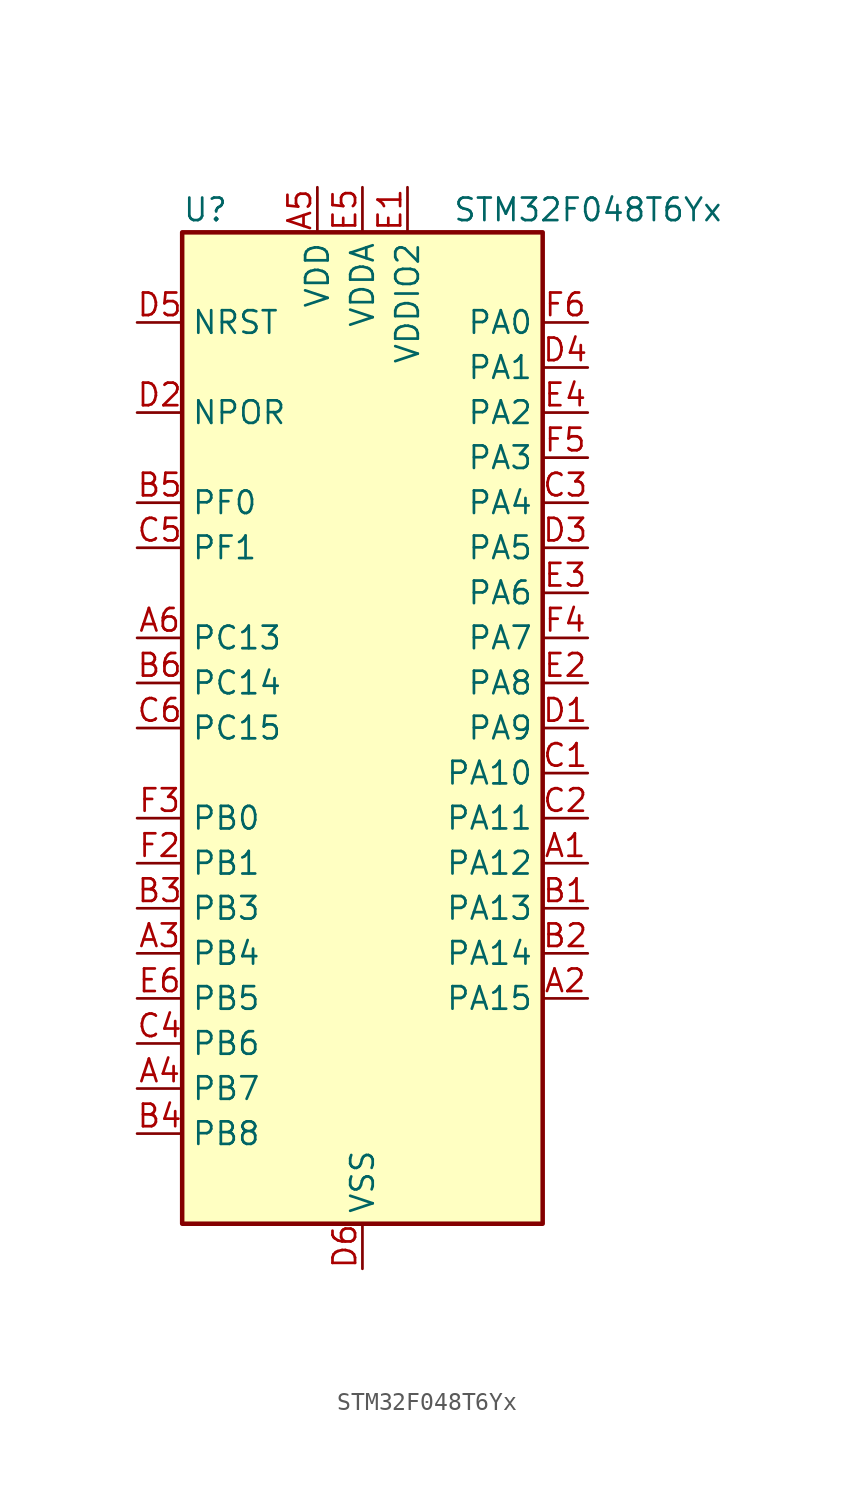
<source format=kicad_sym>
(kicad_symbol_lib
  (version 20241209)
  (generator "kicad_symbol_editor")
  (generator_version "9.0")
  (symbol "STM32F048T6Yx"
    (property "Reference" "U"
      (at -10.16 29.21 0)
      (effects (font (size 1.27 1.27)) (justify left)))
    (property "Value" "STM32F048T6Yx"
      (at 5.08 29.21 0)
      (effects (font (size 1.27 1.27)) (justify left)))
    (symbol "STM32F048T6Yx_0_1"
      (rectangle (start -10.16 -27.94) (end 10.16 27.94) (stroke (width 0.254) (type default)) (fill (type background))))
    (symbol "STM32F048T6Yx_1_1"
      (pin input line (at -12.7 22.86 0) (length 2.54) (name "NRST" (effects (font (size 1.27 1.27)))) (number "D5" (effects (font (size 1.27 1.27)))))
      (pin input line (at -12.7 17.78 0) (length 2.54) (name "NPOR" (effects (font (size 1.27 1.27)))) (number "D2" (effects (font (size 1.27 1.27)))))
      (pin bidirectional line (at -12.7 12.7 0) (length 2.54) (name "PF0" (effects (font (size 1.27 1.27)))) (number "B5" (effects (font (size 1.27 1.27)))) (alternate "CRS_SYNC" bidirectional line) (alternate "I2C1_SDA" bidirectional line) (alternate "RCC_OSC_IN" bidirectional line))
      (pin bidirectional line (at -12.7 10.16 0) (length 2.54) (name "PF1" (effects (font (size 1.27 1.27)))) (number "C5" (effects (font (size 1.27 1.27)))) (alternate "I2C1_SCL" bidirectional line) (alternate "RCC_OSC_OUT" bidirectional line))
      (pin bidirectional line (at -12.7 5.08 0) (length 2.54) (name "PC13" (effects (font (size 1.27 1.27)))) (number "A6" (effects (font (size 1.27 1.27)))) (alternate "RTC_OUT_ALARM" bidirectional line) (alternate "RTC_OUT_CALIB" bidirectional line) (alternate "RTC_TAMP1" bidirectional line) (alternate "RTC_TS" bidirectional line) (alternate "SYS_WKUP2" bidirectional line))
      (pin bidirectional line (at -12.7 2.54 0) (length 2.54) (name "PC14" (effects (font (size 1.27 1.27)))) (number "B6" (effects (font (size 1.27 1.27)))) (alternate "RCC_OSC32_IN" bidirectional line))
      (pin bidirectional line (at -12.7 0 0) (length 2.54) (name "PC15" (effects (font (size 1.27 1.27)))) (number "C6" (effects (font (size 1.27 1.27)))) (alternate "RCC_OSC32_OUT" bidirectional line))
      (pin bidirectional line (at -12.7 -5.08 0) (length 2.54) (name "PB0" (effects (font (size 1.27 1.27)))) (number "F3" (effects (font (size 1.27 1.27)))) (alternate "ADC_IN8" bidirectional line) (alternate "TIM1_CH2N" bidirectional line) (alternate "TIM3_CH3" bidirectional line) (alternate "TSC_G3_IO2" bidirectional line))
      (pin bidirectional line (at -12.7 -7.62 0) (length 2.54) (name "PB1" (effects (font (size 1.27 1.27)))) (number "F2" (effects (font (size 1.27 1.27)))) (alternate "ADC_IN9" bidirectional line) (alternate "TIM14_CH1" bidirectional line) (alternate "TIM1_CH3N" bidirectional line) (alternate "TIM3_CH4" bidirectional line) (alternate "TSC_G3_IO3" bidirectional line))
      (pin bidirectional line (at -12.7 -10.16 0) (length 2.54) (name "PB3" (effects (font (size 1.27 1.27)))) (number "B3" (effects (font (size 1.27 1.27)))) (alternate "I2S1_CK" bidirectional line) (alternate "SPI1_SCK" bidirectional line) (alternate "TIM2_CH2" bidirectional line) (alternate "TSC_G5_IO1" bidirectional line))
      (pin bidirectional line (at -12.7 -12.7 0) (length 2.54) (name "PB4" (effects (font (size 1.27 1.27)))) (number "A3" (effects (font (size 1.27 1.27)))) (alternate "I2S1_MCK" bidirectional line) (alternate "SPI1_MISO" bidirectional line) (alternate "TIM17_BKIN" bidirectional line) (alternate "TIM3_CH1" bidirectional line) (alternate "TSC_G5_IO2" bidirectional line))
      (pin bidirectional line (at -12.7 -15.24 0) (length 2.54) (name "PB5" (effects (font (size 1.27 1.27)))) (number "E6" (effects (font (size 1.27 1.27)))) (alternate "I2C1_SMBA" bidirectional line) (alternate "I2S1_SD" bidirectional line) (alternate "SPI1_MOSI" bidirectional line) (alternate "SYS_WKUP6" bidirectional line) (alternate "TIM16_BKIN" bidirectional line) (alternate "TIM3_CH2" bidirectional line))
      (pin bidirectional line (at -12.7 -17.78 0) (length 2.54) (name "PB6" (effects (font (size 1.27 1.27)))) (number "C4" (effects (font (size 1.27 1.27)))) (alternate "I2C1_SCL" bidirectional line) (alternate "TIM16_CH1N" bidirectional line) (alternate "TSC_G5_IO3" bidirectional line) (alternate "USART1_TX" bidirectional line))
      (pin bidirectional line (at -12.7 -20.32 0) (length 2.54) (name "PB7" (effects (font (size 1.27 1.27)))) (number "A4" (effects (font (size 1.27 1.27)))) (alternate "I2C1_SDA" bidirectional line) (alternate "TIM17_CH1N" bidirectional line) (alternate "TSC_G5_IO4" bidirectional line) (alternate "USART1_RX" bidirectional line))
      (pin bidirectional line (at -12.7 -22.86 0) (length 2.54) (name "PB8" (effects (font (size 1.27 1.27)))) (number "B4" (effects (font (size 1.27 1.27)))) (alternate "CEC" bidirectional line) (alternate "I2C1_SCL" bidirectional line) (alternate "TIM16_CH1" bidirectional line) (alternate "TSC_SYNC" bidirectional line))
      (pin power_in line (at -2.54 30.48 270) (length 2.54) (name "VDD" (effects (font (size 1.27 1.27)))) (number "A5" (effects (font (size 1.27 1.27)))))
      (pin power_in line (at 0 30.48 270) (length 2.54) (name "VDDA" (effects (font (size 1.27 1.27)))) (number "E5" (effects (font (size 1.27 1.27)))))
      (pin power_in line (at 0 -30.48 90) (length 2.54) (name "VSS" (effects (font (size 1.27 1.27)))) (number "D6" (effects (font (size 1.27 1.27)))))
      (pin passive line (at 0 -30.48 90) (length 2.54) (hide yes) (name "VSS" (effects (font (size 1.27 1.27)))) (number "F1" (effects (font (size 1.27 1.27)))))
      (pin power_in line (at 2.54 30.48 270) (length 2.54) (name "VDDIO2" (effects (font (size 1.27 1.27)))) (number "E1" (effects (font (size 1.27 1.27)))))
      (pin bidirectional line (at 12.7 22.86 180) (length 2.54) (name "PA0" (effects (font (size 1.27 1.27)))) (number "F6" (effects (font (size 1.27 1.27)))) (alternate "ADC_IN0" bidirectional line) (alternate "RTC_TAMP2" bidirectional line) (alternate "SYS_WKUP1" bidirectional line) (alternate "TIM2_CH1" bidirectional line) (alternate "TIM2_ETR" bidirectional line) (alternate "TSC_G1_IO1" bidirectional line) (alternate "USART2_CTS" bidirectional line))
      (pin bidirectional line (at 12.7 20.32 180) (length 2.54) (name "PA1" (effects (font (size 1.27 1.27)))) (number "D4" (effects (font (size 1.27 1.27)))) (alternate "ADC_IN1" bidirectional line) (alternate "TIM2_CH2" bidirectional line) (alternate "TSC_G1_IO2" bidirectional line) (alternate "USART2_DE" bidirectional line) (alternate "USART2_RTS" bidirectional line))
      (pin bidirectional line (at 12.7 17.78 180) (length 2.54) (name "PA2" (effects (font (size 1.27 1.27)))) (number "E4" (effects (font (size 1.27 1.27)))) (alternate "ADC_IN2" bidirectional line) (alternate "SYS_WKUP4" bidirectional line) (alternate "TIM2_CH3" bidirectional line) (alternate "TSC_G1_IO3" bidirectional line) (alternate "USART2_TX" bidirectional line))
      (pin bidirectional line (at 12.7 15.24 180) (length 2.54) (name "PA3" (effects (font (size 1.27 1.27)))) (number "F5" (effects (font (size 1.27 1.27)))) (alternate "ADC_IN3" bidirectional line) (alternate "TIM2_CH4" bidirectional line) (alternate "TSC_G1_IO4" bidirectional line) (alternate "USART2_RX" bidirectional line))
      (pin bidirectional line (at 12.7 12.7 180) (length 2.54) (name "PA4" (effects (font (size 1.27 1.27)))) (number "C3" (effects (font (size 1.27 1.27)))) (alternate "ADC_IN4" bidirectional line) (alternate "I2S1_WS" bidirectional line) (alternate "SPI1_NSS" bidirectional line) (alternate "TIM14_CH1" bidirectional line) (alternate "TSC_G2_IO1" bidirectional line) (alternate "USART2_CK" bidirectional line) (alternate "USB_NOE" bidirectional line))
      (pin bidirectional line (at 12.7 10.16 180) (length 2.54) (name "PA5" (effects (font (size 1.27 1.27)))) (number "D3" (effects (font (size 1.27 1.27)))) (alternate "ADC_IN5" bidirectional line) (alternate "CEC" bidirectional line) (alternate "I2S1_CK" bidirectional line) (alternate "SPI1_SCK" bidirectional line) (alternate "TIM2_CH1" bidirectional line) (alternate "TIM2_ETR" bidirectional line) (alternate "TSC_G2_IO2" bidirectional line))
      (pin bidirectional line (at 12.7 7.62 180) (length 2.54) (name "PA6" (effects (font (size 1.27 1.27)))) (number "E3" (effects (font (size 1.27 1.27)))) (alternate "ADC_IN6" bidirectional line) (alternate "I2S1_MCK" bidirectional line) (alternate "SPI1_MISO" bidirectional line) (alternate "TIM16_CH1" bidirectional line) (alternate "TIM1_BKIN" bidirectional line) (alternate "TIM3_CH1" bidirectional line) (alternate "TSC_G2_IO3" bidirectional line))
      (pin bidirectional line (at 12.7 5.08 180) (length 2.54) (name "PA7" (effects (font (size 1.27 1.27)))) (number "F4" (effects (font (size 1.27 1.27)))) (alternate "ADC_IN7" bidirectional line) (alternate "I2S1_SD" bidirectional line) (alternate "SPI1_MOSI" bidirectional line) (alternate "TIM14_CH1" bidirectional line) (alternate "TIM17_CH1" bidirectional line) (alternate "TIM1_CH1N" bidirectional line) (alternate "TIM3_CH2" bidirectional line) (alternate "TSC_G2_IO4" bidirectional line))
      (pin bidirectional line (at 12.7 2.54 180) (length 2.54) (name "PA8" (effects (font (size 1.27 1.27)))) (number "E2" (effects (font (size 1.27 1.27)))) (alternate "CRS_SYNC" bidirectional line) (alternate "RCC_MCO" bidirectional line) (alternate "TIM1_CH1" bidirectional line) (alternate "USART1_CK" bidirectional line))
      (pin bidirectional line (at 12.7 0 180) (length 2.54) (name "PA9" (effects (font (size 1.27 1.27)))) (number "D1" (effects (font (size 1.27 1.27)))) (alternate "I2C1_SCL" bidirectional line) (alternate "TIM1_CH2" bidirectional line) (alternate "TSC_G4_IO1" bidirectional line) (alternate "USART1_TX" bidirectional line))
      (pin bidirectional line (at 12.7 -2.54 180) (length 2.54) (name "PA10" (effects (font (size 1.27 1.27)))) (number "C1" (effects (font (size 1.27 1.27)))) (alternate "I2C1_SDA" bidirectional line) (alternate "TIM17_BKIN" bidirectional line) (alternate "TIM1_CH3" bidirectional line) (alternate "TSC_G4_IO2" bidirectional line) (alternate "USART1_RX" bidirectional line))
      (pin bidirectional line (at 12.7 -5.08 180) (length 2.54) (name "PA11" (effects (font (size 1.27 1.27)))) (number "C2" (effects (font (size 1.27 1.27)))) (alternate "I2C1_SCL" bidirectional line) (alternate "TIM1_CH4" bidirectional line) (alternate "TSC_G4_IO3" bidirectional line) (alternate "USART1_CTS" bidirectional line) (alternate "USB_DM" bidirectional line))
      (pin bidirectional line (at 12.7 -7.62 180) (length 2.54) (name "PA12" (effects (font (size 1.27 1.27)))) (number "A1" (effects (font (size 1.27 1.27)))) (alternate "I2C1_SDA" bidirectional line) (alternate "TIM1_ETR" bidirectional line) (alternate "TSC_G4_IO4" bidirectional line) (alternate "USART1_DE" bidirectional line) (alternate "USART1_RTS" bidirectional line) (alternate "USB_DP" bidirectional line))
      (pin bidirectional line (at 12.7 -10.16 180) (length 2.54) (name "PA13" (effects (font (size 1.27 1.27)))) (number "B1" (effects (font (size 1.27 1.27)))) (alternate "IR_OUT" bidirectional line) (alternate "SYS_SWDIO" bidirectional line) (alternate "USB_NOE" bidirectional line))
      (pin bidirectional line (at 12.7 -12.7 180) (length 2.54) (name "PA14" (effects (font (size 1.27 1.27)))) (number "B2" (effects (font (size 1.27 1.27)))) (alternate "SYS_SWCLK" bidirectional line) (alternate "USART2_TX" bidirectional line))
      (pin bidirectional line (at 12.7 -15.24 180) (length 2.54) (name "PA15" (effects (font (size 1.27 1.27)))) (number "A2" (effects (font (size 1.27 1.27)))) (alternate "I2S1_WS" bidirectional line) (alternate "SPI1_NSS" bidirectional line) (alternate "TIM2_CH1" bidirectional line) (alternate "TIM2_ETR" bidirectional line) (alternate "USART2_RX" bidirectional line) (alternate "USB_NOE" bidirectional line)))))
</source>
